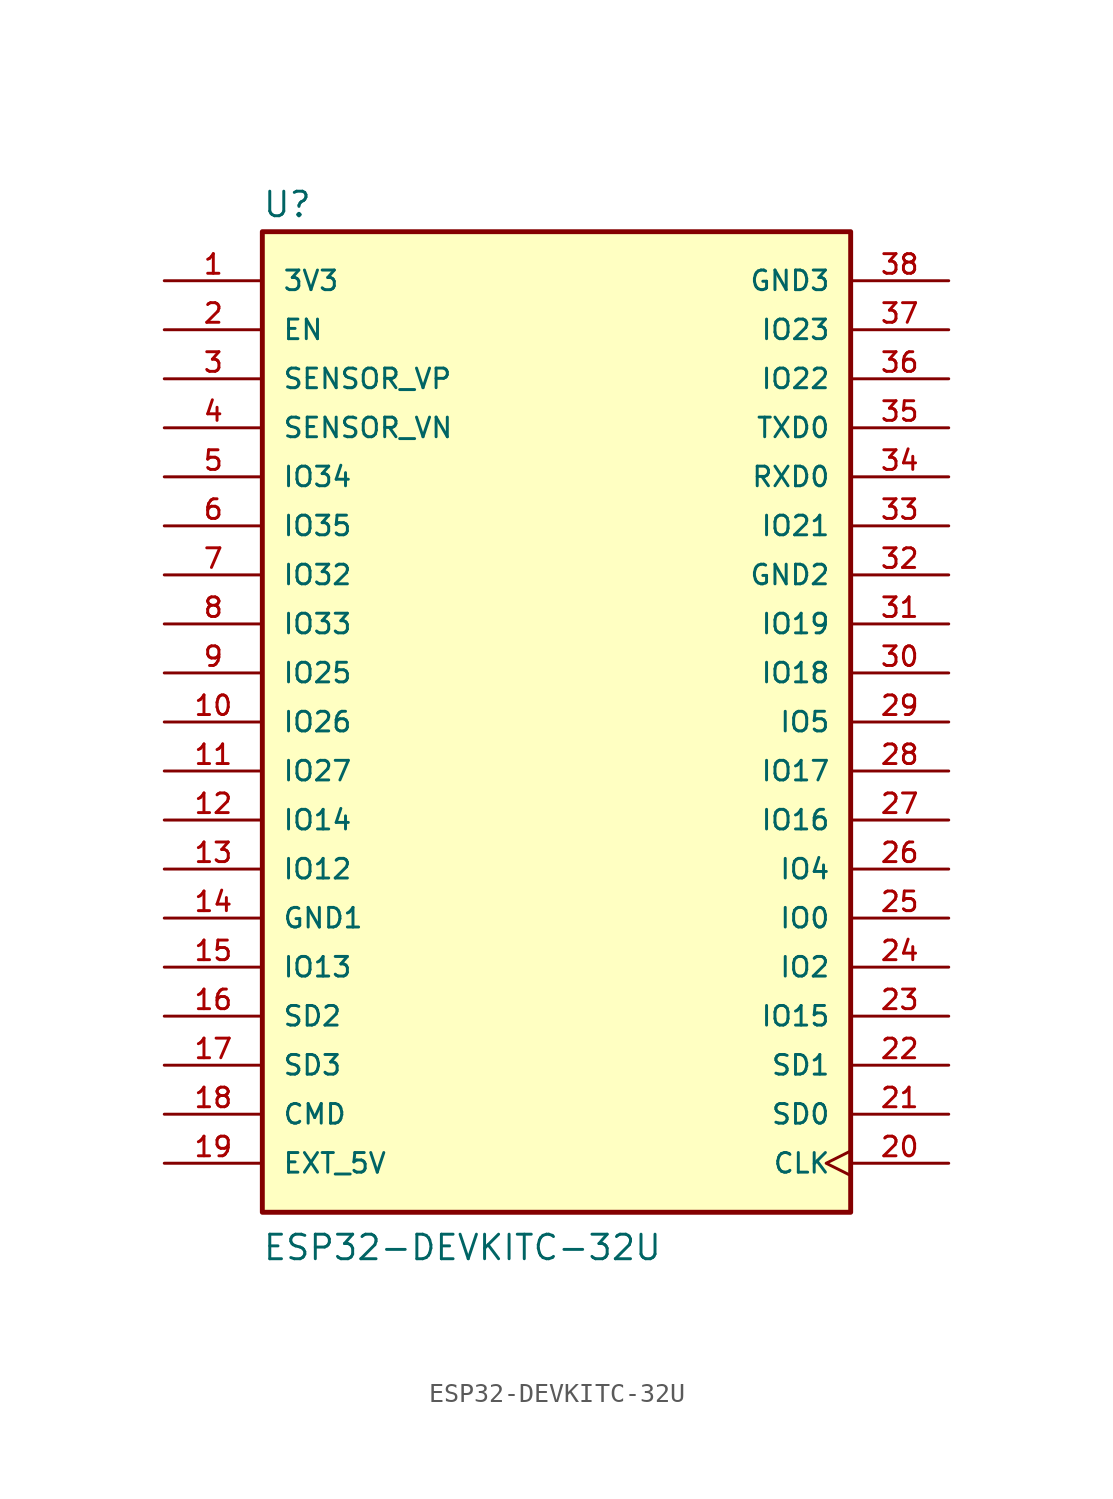
<source format=kicad_sym>
(kicad_symbol_lib
  (version 20220914)
  (generator kicad_symbol_editor)
  (symbol "ESP32-DEVKITC-32U"
    (pin_names
      (offset 1.016))
    (property "Reference" "U"
      (at -15.257 26.064 0)
      (effects (font (size 1.27 1.27)) (justify left bottom)))
    (property "Value" "ESP32-DEVKITC-32U"
      (at -15.256 -27.97 0)
      (effects (font (size 1.27 1.27)) (justify left bottom)))
    (symbol "ESP32-DEVKITC-32U_0_0"
      (rectangle (start -15.24 25.4) (end 15.24 -25.4) (stroke (width 0.254) (type default)) (fill (type background)))
      (pin power_in line (at -20.32 22.86 0) (length 5.08) (name "3V3" (effects (font (size 1.016 1.016)))) (number "1" (effects (font (size 1.016 1.016)))))
      (pin bidirectional line (at -20.32 0 0) (length 5.08) (name "IO26" (effects (font (size 1.016 1.016)))) (number "10" (effects (font (size 1.016 1.016)))))
      (pin bidirectional line (at -20.32 -2.54 0) (length 5.08) (name "IO27" (effects (font (size 1.016 1.016)))) (number "11" (effects (font (size 1.016 1.016)))))
      (pin bidirectional line (at -20.32 -5.08 0) (length 5.08) (name "IO14" (effects (font (size 1.016 1.016)))) (number "12" (effects (font (size 1.016 1.016)))))
      (pin bidirectional line (at -20.32 -7.62 0) (length 5.08) (name "IO12" (effects (font (size 1.016 1.016)))) (number "13" (effects (font (size 1.016 1.016)))))
      (pin power_in line (at -20.32 -10.16 0) (length 5.08) (name "GND1" (effects (font (size 1.016 1.016)))) (number "14" (effects (font (size 1.016 1.016)))))
      (pin bidirectional line (at -20.32 -12.7 0) (length 5.08) (name "IO13" (effects (font (size 1.016 1.016)))) (number "15" (effects (font (size 1.016 1.016)))))
      (pin bidirectional line (at -20.32 -15.24 0) (length 5.08) (name "SD2" (effects (font (size 1.016 1.016)))) (number "16" (effects (font (size 1.016 1.016)))))
      (pin bidirectional line (at -20.32 -17.78 0) (length 5.08) (name "SD3" (effects (font (size 1.016 1.016)))) (number "17" (effects (font (size 1.016 1.016)))))
      (pin bidirectional line (at -20.32 -20.32 0) (length 5.08) (name "CMD" (effects (font (size 1.016 1.016)))) (number "18" (effects (font (size 1.016 1.016)))))
      (pin power_in line (at -20.32 -22.86 0) (length 5.08) (name "EXT_5V" (effects (font (size 1.016 1.016)))) (number "19" (effects (font (size 1.016 1.016)))))
      (pin input line (at -20.32 20.32 0) (length 5.08) (name "EN" (effects (font (size 1.016 1.016)))) (number "2" (effects (font (size 1.016 1.016)))))
      (pin input clock (at 20.32 -22.86 180) (length 5.08) (name "CLK" (effects (font (size 1.016 1.016)))) (number "20" (effects (font (size 1.016 1.016)))))
      (pin bidirectional line (at 20.32 -20.32 180) (length 5.08) (name "SD0" (effects (font (size 1.016 1.016)))) (number "21" (effects (font (size 1.016 1.016)))))
      (pin bidirectional line (at 20.32 -17.78 180) (length 5.08) (name "SD1" (effects (font (size 1.016 1.016)))) (number "22" (effects (font (size 1.016 1.016)))))
      (pin bidirectional line (at 20.32 -15.24 180) (length 5.08) (name "IO15" (effects (font (size 1.016 1.016)))) (number "23" (effects (font (size 1.016 1.016)))))
      (pin bidirectional line (at 20.32 -12.7 180) (length 5.08) (name "IO2" (effects (font (size 1.016 1.016)))) (number "24" (effects (font (size 1.016 1.016)))))
      (pin bidirectional line (at 20.32 -10.16 180) (length 5.08) (name "IO0" (effects (font (size 1.016 1.016)))) (number "25" (effects (font (size 1.016 1.016)))))
      (pin bidirectional line (at 20.32 -7.62 180) (length 5.08) (name "IO4" (effects (font (size 1.016 1.016)))) (number "26" (effects (font (size 1.016 1.016)))))
      (pin bidirectional line (at 20.32 -5.08 180) (length 5.08) (name "IO16" (effects (font (size 1.016 1.016)))) (number "27" (effects (font (size 1.016 1.016)))))
      (pin bidirectional line (at 20.32 -2.54 180) (length 5.08) (name "IO17" (effects (font (size 1.016 1.016)))) (number "28" (effects (font (size 1.016 1.016)))))
      (pin bidirectional line (at 20.32 0 180) (length 5.08) (name "IO5" (effects (font (size 1.016 1.016)))) (number "29" (effects (font (size 1.016 1.016)))))
      (pin input line (at -20.32 17.78 0) (length 5.08) (name "SENSOR_VP" (effects (font (size 1.016 1.016)))) (number "3" (effects (font (size 1.016 1.016)))))
      (pin bidirectional line (at 20.32 2.54 180) (length 5.08) (name "IO18" (effects (font (size 1.016 1.016)))) (number "30" (effects (font (size 1.016 1.016)))))
      (pin bidirectional line (at 20.32 5.08 180) (length 5.08) (name "IO19" (effects (font (size 1.016 1.016)))) (number "31" (effects (font (size 1.016 1.016)))))
      (pin power_in line (at 20.32 7.62 180) (length 5.08) (name "GND2" (effects (font (size 1.016 1.016)))) (number "32" (effects (font (size 1.016 1.016)))))
      (pin bidirectional line (at 20.32 10.16 180) (length 5.08) (name "IO21" (effects (font (size 1.016 1.016)))) (number "33" (effects (font (size 1.016 1.016)))))
      (pin input line (at 20.32 12.7 180) (length 5.08) (name "RXD0" (effects (font (size 1.016 1.016)))) (number "34" (effects (font (size 1.016 1.016)))))
      (pin output line (at 20.32 15.24 180) (length 5.08) (name "TXD0" (effects (font (size 1.016 1.016)))) (number "35" (effects (font (size 1.016 1.016)))))
      (pin bidirectional line (at 20.32 17.78 180) (length 5.08) (name "IO22" (effects (font (size 1.016 1.016)))) (number "36" (effects (font (size 1.016 1.016)))))
      (pin bidirectional line (at 20.32 20.32 180) (length 5.08) (name "IO23" (effects (font (size 1.016 1.016)))) (number "37" (effects (font (size 1.016 1.016)))))
      (pin power_in line (at 20.32 22.86 180) (length 5.08) (name "GND3" (effects (font (size 1.016 1.016)))) (number "38" (effects (font (size 1.016 1.016)))))
      (pin input line (at -20.32 15.24 0) (length 5.08) (name "SENSOR_VN" (effects (font (size 1.016 1.016)))) (number "4" (effects (font (size 1.016 1.016)))))
      (pin bidirectional line (at -20.32 12.7 0) (length 5.08) (name "IO34" (effects (font (size 1.016 1.016)))) (number "5" (effects (font (size 1.016 1.016)))))
      (pin bidirectional line (at -20.32 10.16 0) (length 5.08) (name "IO35" (effects (font (size 1.016 1.016)))) (number "6" (effects (font (size 1.016 1.016)))))
      (pin bidirectional line (at -20.32 7.62 0) (length 5.08) (name "IO32" (effects (font (size 1.016 1.016)))) (number "7" (effects (font (size 1.016 1.016)))))
      (pin bidirectional line (at -20.32 5.08 0) (length 5.08) (name "IO33" (effects (font (size 1.016 1.016)))) (number "8" (effects (font (size 1.016 1.016)))))
      (pin bidirectional line (at -20.32 2.54 0) (length 5.08) (name "IO25" (effects (font (size 1.016 1.016)))) (number "9" (effects (font (size 1.016 1.016))))))))
</source>
